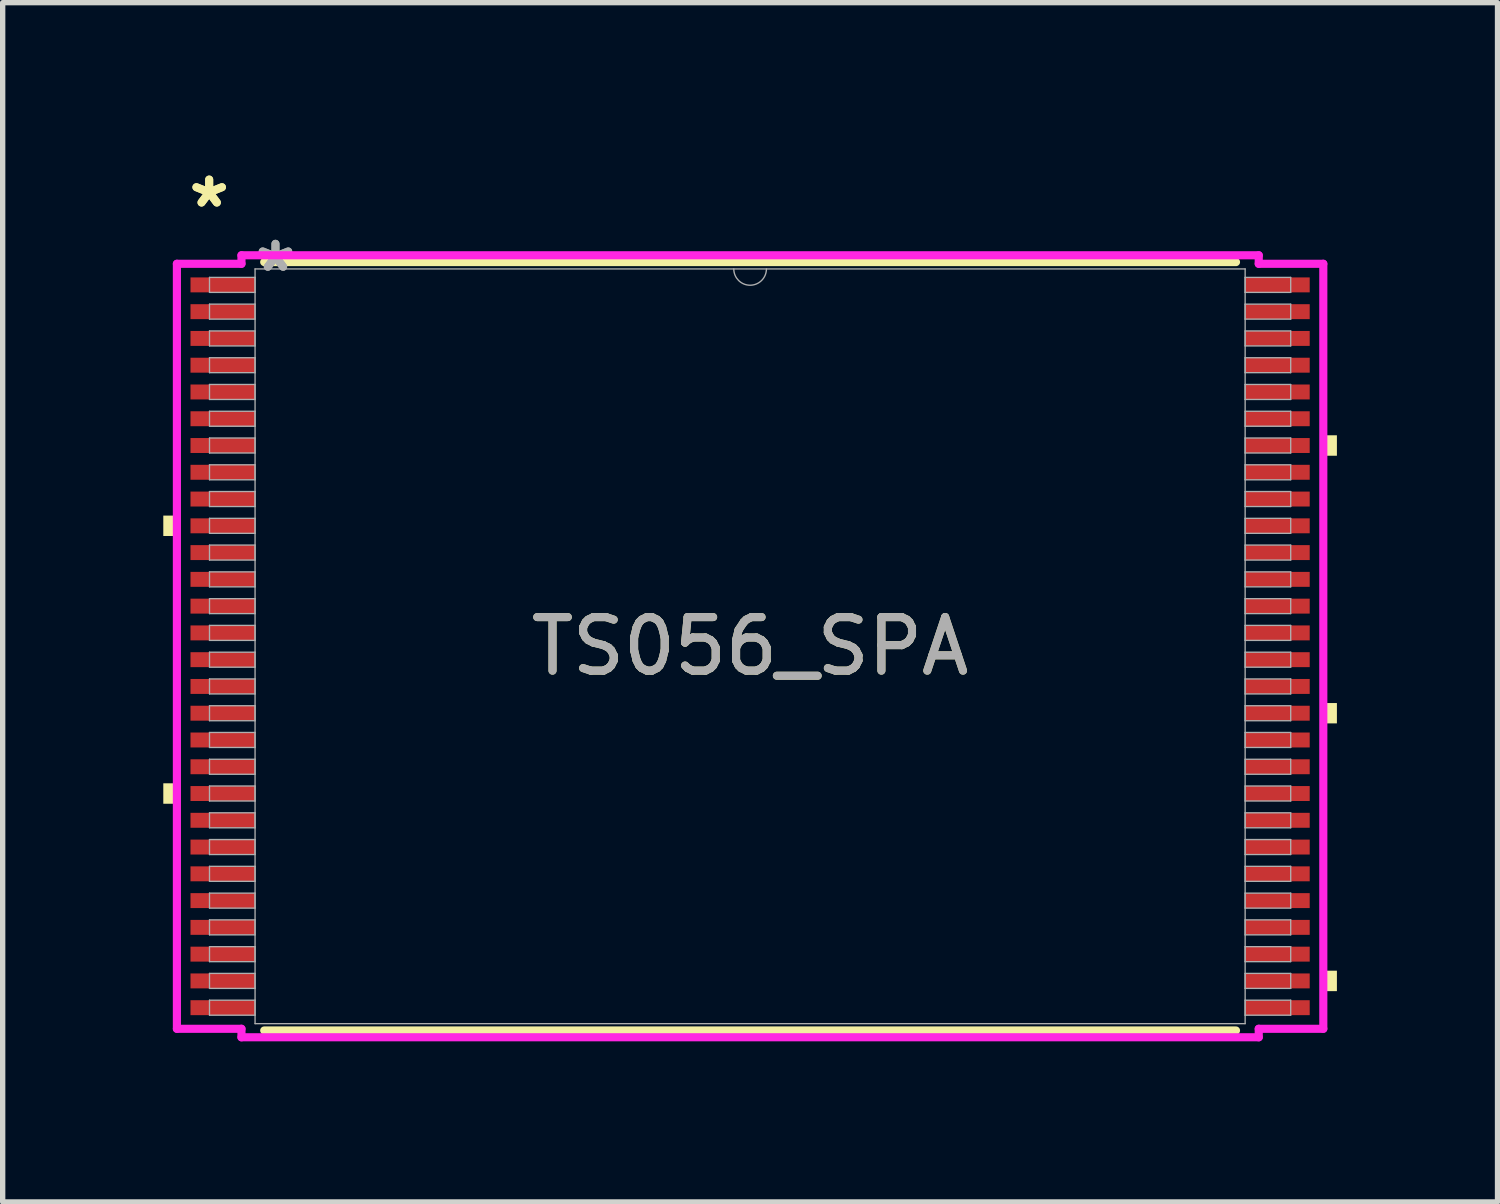
<source format=kicad_pcb>
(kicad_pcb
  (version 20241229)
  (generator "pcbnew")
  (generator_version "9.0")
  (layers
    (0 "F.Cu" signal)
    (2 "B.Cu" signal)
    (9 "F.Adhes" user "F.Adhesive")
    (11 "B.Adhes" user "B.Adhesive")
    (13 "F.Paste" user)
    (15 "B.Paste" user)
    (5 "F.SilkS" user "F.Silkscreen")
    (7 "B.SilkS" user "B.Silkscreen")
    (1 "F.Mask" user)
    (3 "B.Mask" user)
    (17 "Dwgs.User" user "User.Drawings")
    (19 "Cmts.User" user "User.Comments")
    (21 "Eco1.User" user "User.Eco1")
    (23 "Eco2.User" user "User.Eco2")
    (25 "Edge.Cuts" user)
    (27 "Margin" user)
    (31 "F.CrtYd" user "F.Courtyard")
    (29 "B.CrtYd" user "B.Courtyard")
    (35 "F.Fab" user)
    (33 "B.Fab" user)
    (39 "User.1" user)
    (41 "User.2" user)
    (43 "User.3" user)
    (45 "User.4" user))
  (footprint "TS056_SPA"
    (layer "F.Cu")
    (at 10.96 9.021)
    (property "Reference" "TS056_SPA" (at 0 0 0) (unlocked yes) (layer "F.SilkS") (effects (font (size 1 1) (thickness 0.15))))
    (attr smd)
    (fp_line (start -9.075 7.176) (end 9.075 7.176) (stroke (width 0.152) (type solid)) (layer "F.SilkS"))
    (fp_line (start 9.075 -7.176) (end -9.075 -7.176) (stroke (width 0.152) (type solid)) (layer "F.SilkS"))
    (fp_poly (pts (xy -10.96 -2.441) (xy -10.96 -2.06) (xy -10.706 -2.06) (xy -10.706 -2.441)) (stroke (width 0) (type solid)) (fill yes) (layer "F.SilkS"))
    (fp_poly (pts (xy -10.96 2.559) (xy -10.96 2.941) (xy -10.706 2.941) (xy -10.706 2.559)) (stroke (width 0) (type solid)) (fill yes) (layer "F.SilkS"))
    (fp_poly (pts (xy 10.96 -3.941) (xy 10.96 -3.559) (xy 10.706 -3.559) (xy 10.706 -3.941)) (stroke (width 0) (type solid)) (fill yes) (layer "F.SilkS"))
    (fp_poly (pts (xy 10.96 1.06) (xy 10.96 1.44) (xy 10.706 1.44) (xy 10.706 1.06)) (stroke (width 0) (type solid)) (fill yes) (layer "F.SilkS"))
    (fp_poly (pts (xy 10.96 6.059) (xy 10.96 6.441) (xy 10.706 6.441) (xy 10.706 6.059)) (stroke (width 0) (type solid)) (fill yes) (layer "F.SilkS"))
    (fp_line (start -10.706 -7.144) (end -9.5 -7.144) (stroke (width 0.152) (type solid)) (layer "F.CrtYd"))
    (fp_line (start -10.706 7.144) (end -10.706 -7.144) (stroke (width 0.152) (type solid)) (layer "F.CrtYd"))
    (fp_line (start -10.706 7.144) (end -9.5 7.144) (stroke (width 0.152) (type solid)) (layer "F.CrtYd"))
    (fp_line (start -9.5 -7.303) (end 9.5 -7.303) (stroke (width 0.152) (type solid)) (layer "F.CrtYd"))
    (fp_line (start -9.5 -7.144) (end -9.5 -7.303) (stroke (width 0.152) (type solid)) (layer "F.CrtYd"))
    (fp_line (start -9.5 7.303) (end -9.5 7.144) (stroke (width 0.152) (type solid)) (layer "F.CrtYd"))
    (fp_line (start 9.5 -7.303) (end 9.5 -7.144) (stroke (width 0.152) (type solid)) (layer "F.CrtYd"))
    (fp_line (start 9.5 7.144) (end 9.5 7.303) (stroke (width 0.152) (type solid)) (layer "F.CrtYd"))
    (fp_line (start 9.5 7.303) (end -9.5 7.303) (stroke (width 0.152) (type solid)) (layer "F.CrtYd"))
    (fp_line (start 10.706 -7.144) (end 9.5 -7.144) (stroke (width 0.152) (type solid)) (layer "F.CrtYd"))
    (fp_line (start 10.706 -7.144) (end 10.706 7.144) (stroke (width 0.152) (type solid)) (layer "F.CrtYd"))
    (fp_line (start 10.706 7.144) (end 9.5 7.144) (stroke (width 0.152) (type solid)) (layer "F.CrtYd"))
    (fp_line (start -10.097 -6.89) (end -10.097 -6.61) (stroke (width 0.025) (type solid)) (layer "F.Fab"))
    (fp_line (start -10.097 -6.61) (end -9.246 -6.61) (stroke (width 0.025) (type solid)) (layer "F.Fab"))
    (fp_line (start -10.097 -6.39) (end -10.097 -6.11) (stroke (width 0.025) (type solid)) (layer "F.Fab"))
    (fp_line (start -10.097 -6.11) (end -9.246 -6.11) (stroke (width 0.025) (type solid)) (layer "F.Fab"))
    (fp_line (start -10.097 -5.89) (end -10.097 -5.61) (stroke (width 0.025) (type solid)) (layer "F.Fab"))
    (fp_line (start -10.097 -5.61) (end -9.246 -5.61) (stroke (width 0.025) (type solid)) (layer "F.Fab"))
    (fp_line (start -10.097 -5.39) (end -10.097 -5.11) (stroke (width 0.025) (type solid)) (layer "F.Fab"))
    (fp_line (start -10.097 -5.11) (end -9.246 -5.11) (stroke (width 0.025) (type solid)) (layer "F.Fab"))
    (fp_line (start -10.097 -4.89) (end -10.097 -4.61) (stroke (width 0.025) (type solid)) (layer "F.Fab"))
    (fp_line (start -10.097 -4.61) (end -9.246 -4.61) (stroke (width 0.025) (type solid)) (layer "F.Fab"))
    (fp_line (start -10.097 -4.39) (end -10.097 -4.11) (stroke (width 0.025) (type solid)) (layer "F.Fab"))
    (fp_line (start -10.097 -4.11) (end -9.246 -4.11) (stroke (width 0.025) (type solid)) (layer "F.Fab"))
    (fp_line (start -10.097 -3.89) (end -10.097 -3.61) (stroke (width 0.025) (type solid)) (layer "F.Fab"))
    (fp_line (start -10.097 -3.61) (end -9.246 -3.61) (stroke (width 0.025) (type solid)) (layer "F.Fab"))
    (fp_line (start -10.097 -3.39) (end -10.097 -3.11) (stroke (width 0.025) (type solid)) (layer "F.Fab"))
    (fp_line (start -10.097 -3.11) (end -9.246 -3.11) (stroke (width 0.025) (type solid)) (layer "F.Fab"))
    (fp_line (start -10.097 -2.89) (end -10.097 -2.61) (stroke (width 0.025) (type solid)) (layer "F.Fab"))
    (fp_line (start -10.097 -2.61) (end -9.246 -2.61) (stroke (width 0.025) (type solid)) (layer "F.Fab"))
    (fp_line (start -10.097 -2.39) (end -10.097 -2.11) (stroke (width 0.025) (type solid)) (layer "F.Fab"))
    (fp_line (start -10.097 -2.11) (end -9.246 -2.11) (stroke (width 0.025) (type solid)) (layer "F.Fab"))
    (fp_line (start -10.097 -1.89) (end -10.097 -1.61) (stroke (width 0.025) (type solid)) (layer "F.Fab"))
    (fp_line (start -10.097 -1.61) (end -9.246 -1.61) (stroke (width 0.025) (type solid)) (layer "F.Fab"))
    (fp_line (start -10.097 -1.39) (end -10.097 -1.11) (stroke (width 0.025) (type solid)) (layer "F.Fab"))
    (fp_line (start -10.097 -1.11) (end -9.246 -1.11) (stroke (width 0.025) (type solid)) (layer "F.Fab"))
    (fp_line (start -10.097 -0.89) (end -10.097 -0.61) (stroke (width 0.025) (type solid)) (layer "F.Fab"))
    (fp_line (start -10.097 -0.61) (end -9.246 -0.61) (stroke (width 0.025) (type solid)) (layer "F.Fab"))
    (fp_line (start -10.097 -0.39) (end -10.097 -0.11) (stroke (width 0.025) (type solid)) (layer "F.Fab"))
    (fp_line (start -10.097 -0.11) (end -9.246 -0.11) (stroke (width 0.025) (type solid)) (layer "F.Fab"))
    (fp_line (start -10.097 0.11) (end -10.097 0.39) (stroke (width 0.025) (type solid)) (layer "F.Fab"))
    (fp_line (start -10.097 0.39) (end -9.246 0.39) (stroke (width 0.025) (type solid)) (layer "F.Fab"))
    (fp_line (start -10.097 0.61) (end -10.097 0.89) (stroke (width 0.025) (type solid)) (layer "F.Fab"))
    (fp_line (start -10.097 0.89) (end -9.246 0.89) (stroke (width 0.025) (type solid)) (layer "F.Fab"))
    (fp_line (start -10.097 1.11) (end -10.097 1.39) (stroke (width 0.025) (type solid)) (layer "F.Fab"))
    (fp_line (start -10.097 1.39) (end -9.246 1.39) (stroke (width 0.025) (type solid)) (layer "F.Fab"))
    (fp_line (start -10.097 1.61) (end -10.097 1.89) (stroke (width 0.025) (type solid)) (layer "F.Fab"))
    (fp_line (start -10.097 1.89) (end -9.246 1.89) (stroke (width 0.025) (type solid)) (layer "F.Fab"))
    (fp_line (start -10.097 2.11) (end -10.097 2.39) (stroke (width 0.025) (type solid)) (layer "F.Fab"))
    (fp_line (start -10.097 2.39) (end -9.246 2.39) (stroke (width 0.025) (type solid)) (layer "F.Fab"))
    (fp_line (start -10.097 2.61) (end -10.097 2.89) (stroke (width 0.025) (type solid)) (layer "F.Fab"))
    (fp_line (start -10.097 2.89) (end -9.246 2.89) (stroke (width 0.025) (type solid)) (layer "F.Fab"))
    (fp_line (start -10.097 3.11) (end -10.097 3.39) (stroke (width 0.025) (type solid)) (layer "F.Fab"))
    (fp_line (start -10.097 3.39) (end -9.246 3.39) (stroke (width 0.025) (type solid)) (layer "F.Fab"))
    (fp_line (start -10.097 3.61) (end -10.097 3.89) (stroke (width 0.025) (type solid)) (layer "F.Fab"))
    (fp_line (start -10.097 3.89) (end -9.246 3.89) (stroke (width 0.025) (type solid)) (layer "F.Fab"))
    (fp_line (start -10.097 4.11) (end -10.097 4.39) (stroke (width 0.025) (type solid)) (layer "F.Fab"))
    (fp_line (start -10.097 4.39) (end -9.246 4.39) (stroke (width 0.025) (type solid)) (layer "F.Fab"))
    (fp_line (start -10.097 4.61) (end -10.097 4.89) (stroke (width 0.025) (type solid)) (layer "F.Fab"))
    (fp_line (start -10.097 4.89) (end -9.246 4.89) (stroke (width 0.025) (type solid)) (layer "F.Fab"))
    (fp_line (start -10.097 5.11) (end -10.097 5.39) (stroke (width 0.025) (type solid)) (layer "F.Fab"))
    (fp_line (start -10.097 5.39) (end -9.246 5.39) (stroke (width 0.025) (type solid)) (layer "F.Fab"))
    (fp_line (start -10.097 5.61) (end -10.097 5.89) (stroke (width 0.025) (type solid)) (layer "F.Fab"))
    (fp_line (start -10.097 5.89) (end -9.246 5.89) (stroke (width 0.025) (type solid)) (layer "F.Fab"))
    (fp_line (start -10.097 6.11) (end -10.097 6.39) (stroke (width 0.025) (type solid)) (layer "F.Fab"))
    (fp_line (start -10.097 6.39) (end -9.246 6.39) (stroke (width 0.025) (type solid)) (layer "F.Fab"))
    (fp_line (start -10.097 6.61) (end -10.097 6.89) (stroke (width 0.025) (type solid)) (layer "F.Fab"))
    (fp_line (start -10.097 6.89) (end -9.246 6.89) (stroke (width 0.025) (type solid)) (layer "F.Fab"))
    (fp_line (start -9.246 -7.048) (end -9.246 7.048) (stroke (width 0.025) (type solid)) (layer "F.Fab"))
    (fp_line (start -9.246 -6.89) (end -10.097 -6.89) (stroke (width 0.025) (type solid)) (layer "F.Fab"))
    (fp_line (start -9.246 -6.61) (end -9.246 -6.89) (stroke (width 0.025) (type solid)) (layer "F.Fab"))
    (fp_line (start -9.246 -6.39) (end -10.097 -6.39) (stroke (width 0.025) (type solid)) (layer "F.Fab"))
    (fp_line (start -9.246 -6.11) (end -9.246 -6.39) (stroke (width 0.025) (type solid)) (layer "F.Fab"))
    (fp_line (start -9.246 -5.89) (end -10.097 -5.89) (stroke (width 0.025) (type solid)) (layer "F.Fab"))
    (fp_line (start -9.246 -5.61) (end -9.246 -5.89) (stroke (width 0.025) (type solid)) (layer "F.Fab"))
    (fp_line (start -9.246 -5.39) (end -10.097 -5.39) (stroke (width 0.025) (type solid)) (layer "F.Fab"))
    (fp_line (start -9.246 -5.11) (end -9.246 -5.39) (stroke (width 0.025) (type solid)) (layer "F.Fab"))
    (fp_line (start -9.246 -4.89) (end -10.097 -4.89) (stroke (width 0.025) (type solid)) (layer "F.Fab"))
    (fp_line (start -9.246 -4.61) (end -9.246 -4.89) (stroke (width 0.025) (type solid)) (layer "F.Fab"))
    (fp_line (start -9.246 -4.39) (end -10.097 -4.39) (stroke (width 0.025) (type solid)) (layer "F.Fab"))
    (fp_line (start -9.246 -4.11) (end -9.246 -4.39) (stroke (width 0.025) (type solid)) (layer "F.Fab"))
    (fp_line (start -9.246 -3.89) (end -10.097 -3.89) (stroke (width 0.025) (type solid)) (layer "F.Fab"))
    (fp_line (start -9.246 -3.61) (end -9.246 -3.89) (stroke (width 0.025) (type solid)) (layer "F.Fab"))
    (fp_line (start -9.246 -3.39) (end -10.097 -3.39) (stroke (width 0.025) (type solid)) (layer "F.Fab"))
    (fp_line (start -9.246 -3.11) (end -9.246 -3.39) (stroke (width 0.025) (type solid)) (layer "F.Fab"))
    (fp_line (start -9.246 -2.89) (end -10.097 -2.89) (stroke (width 0.025) (type solid)) (layer "F.Fab"))
    (fp_line (start -9.246 -2.61) (end -9.246 -2.89) (stroke (width 0.025) (type solid)) (layer "F.Fab"))
    (fp_line (start -9.246 -2.39) (end -10.097 -2.39) (stroke (width 0.025) (type solid)) (layer "F.Fab"))
    (fp_line (start -9.246 -2.11) (end -9.246 -2.39) (stroke (width 0.025) (type solid)) (layer "F.Fab"))
    (fp_line (start -9.246 -1.89) (end -10.097 -1.89) (stroke (width 0.025) (type solid)) (layer "F.Fab"))
    (fp_line (start -9.246 -1.61) (end -9.246 -1.89) (stroke (width 0.025) (type solid)) (layer "F.Fab"))
    (fp_line (start -9.246 -1.39) (end -10.097 -1.39) (stroke (width 0.025) (type solid)) (layer "F.Fab"))
    (fp_line (start -9.246 -1.11) (end -9.246 -1.39) (stroke (width 0.025) (type solid)) (layer "F.Fab"))
    (fp_line (start -9.246 -0.89) (end -10.097 -0.89) (stroke (width 0.025) (type solid)) (layer "F.Fab"))
    (fp_line (start -9.246 -0.61) (end -9.246 -0.89) (stroke (width 0.025) (type solid)) (layer "F.Fab"))
    (fp_line (start -9.246 -0.39) (end -10.097 -0.39) (stroke (width 0.025) (type solid)) (layer "F.Fab"))
    (fp_line (start -9.246 -0.11) (end -9.246 -0.39) (stroke (width 0.025) (type solid)) (layer "F.Fab"))
    (fp_line (start -9.246 0.11) (end -10.097 0.11) (stroke (width 0.025) (type solid)) (layer "F.Fab"))
    (fp_line (start -9.246 0.39) (end -9.246 0.11) (stroke (width 0.025) (type solid)) (layer "F.Fab"))
    (fp_line (start -9.246 0.61) (end -10.097 0.61) (stroke (width 0.025) (type solid)) (layer "F.Fab"))
    (fp_line (start -9.246 0.89) (end -9.246 0.61) (stroke (width 0.025) (type solid)) (layer "F.Fab"))
    (fp_line (start -9.246 1.11) (end -10.097 1.11) (stroke (width 0.025) (type solid)) (layer "F.Fab"))
    (fp_line (start -9.246 1.39) (end -9.246 1.11) (stroke (width 0.025) (type solid)) (layer "F.Fab"))
    (fp_line (start -9.246 1.61) (end -10.097 1.61) (stroke (width 0.025) (type solid)) (layer "F.Fab"))
    (fp_line (start -9.246 1.89) (end -9.246 1.61) (stroke (width 0.025) (type solid)) (layer "F.Fab"))
    (fp_line (start -9.246 2.11) (end -10.097 2.11) (stroke (width 0.025) (type solid)) (layer "F.Fab"))
    (fp_line (start -9.246 2.39) (end -9.246 2.11) (stroke (width 0.025) (type solid)) (layer "F.Fab"))
    (fp_line (start -9.246 2.61) (end -10.097 2.61) (stroke (width 0.025) (type solid)) (layer "F.Fab"))
    (fp_line (start -9.246 2.89) (end -9.246 2.61) (stroke (width 0.025) (type solid)) (layer "F.Fab"))
    (fp_line (start -9.246 3.11) (end -10.097 3.11) (stroke (width 0.025) (type solid)) (layer "F.Fab"))
    (fp_line (start -9.246 3.39) (end -9.246 3.11) (stroke (width 0.025) (type solid)) (layer "F.Fab"))
    (fp_line (start -9.246 3.61) (end -10.097 3.61) (stroke (width 0.025) (type solid)) (layer "F.Fab"))
    (fp_line (start -9.246 3.89) (end -9.246 3.61) (stroke (width 0.025) (type solid)) (layer "F.Fab"))
    (fp_line (start -9.246 4.11) (end -10.097 4.11) (stroke (width 0.025) (type solid)) (layer "F.Fab"))
    (fp_line (start -9.246 4.39) (end -9.246 4.11) (stroke (width 0.025) (type solid)) (layer "F.Fab"))
    (fp_line (start -9.246 4.61) (end -10.097 4.61) (stroke (width 0.025) (type solid)) (layer "F.Fab"))
    (fp_line (start -9.246 4.89) (end -9.246 4.61) (stroke (width 0.025) (type solid)) (layer "F.Fab"))
    (fp_line (start -9.246 5.11) (end -10.097 5.11) (stroke (width 0.025) (type solid)) (layer "F.Fab"))
    (fp_line (start -9.246 5.39) (end -9.246 5.11) (stroke (width 0.025) (type solid)) (layer "F.Fab"))
    (fp_line (start -9.246 5.61) (end -10.097 5.61) (stroke (width 0.025) (type solid)) (layer "F.Fab"))
    (fp_line (start -9.246 5.89) (end -9.246 5.61) (stroke (width 0.025) (type solid)) (layer "F.Fab"))
    (fp_line (start -9.246 6.11) (end -10.097 6.11) (stroke (width 0.025) (type solid)) (layer "F.Fab"))
    (fp_line (start -9.246 6.39) (end -9.246 6.11) (stroke (width 0.025) (type solid)) (layer "F.Fab"))
    (fp_line (start -9.246 6.61) (end -10.097 6.61) (stroke (width 0.025) (type solid)) (layer "F.Fab"))
    (fp_line (start -9.246 6.89) (end -9.246 6.61) (stroke (width 0.025) (type solid)) (layer "F.Fab"))
    (fp_line (start -9.246 7.048) (end 9.246 7.048) (stroke (width 0.025) (type solid)) (layer "F.Fab"))
    (fp_line (start 9.246 -7.048) (end -9.246 -7.048) (stroke (width 0.025) (type solid)) (layer "F.Fab"))
    (fp_line (start 9.246 -6.89) (end 9.246 -6.61) (stroke (width 0.025) (type solid)) (layer "F.Fab"))
    (fp_line (start 9.246 -6.61) (end 10.097 -6.61) (stroke (width 0.025) (type solid)) (layer "F.Fab"))
    (fp_line (start 9.246 -6.39) (end 9.246 -6.11) (stroke (width 0.025) (type solid)) (layer "F.Fab"))
    (fp_line (start 9.246 -6.11) (end 10.097 -6.11) (stroke (width 0.025) (type solid)) (layer "F.Fab"))
    (fp_line (start 9.246 -5.89) (end 9.246 -5.61) (stroke (width 0.025) (type solid)) (layer "F.Fab"))
    (fp_line (start 9.246 -5.61) (end 10.097 -5.61) (stroke (width 0.025) (type solid)) (layer "F.Fab"))
    (fp_line (start 9.246 -5.39) (end 9.246 -5.11) (stroke (width 0.025) (type solid)) (layer "F.Fab"))
    (fp_line (start 9.246 -5.11) (end 10.097 -5.11) (stroke (width 0.025) (type solid)) (layer "F.Fab"))
    (fp_line (start 9.246 -4.89) (end 9.246 -4.61) (stroke (width 0.025) (type solid)) (layer "F.Fab"))
    (fp_line (start 9.246 -4.61) (end 10.097 -4.61) (stroke (width 0.025) (type solid)) (layer "F.Fab"))
    (fp_line (start 9.246 -4.39) (end 9.246 -4.11) (stroke (width 0.025) (type solid)) (layer "F.Fab"))
    (fp_line (start 9.246 -4.11) (end 10.097 -4.11) (stroke (width 0.025) (type solid)) (layer "F.Fab"))
    (fp_line (start 9.246 -3.89) (end 9.246 -3.61) (stroke (width 0.025) (type solid)) (layer "F.Fab"))
    (fp_line (start 9.246 -3.61) (end 10.097 -3.61) (stroke (width 0.025) (type solid)) (layer "F.Fab"))
    (fp_line (start 9.246 -3.39) (end 9.246 -3.11) (stroke (width 0.025) (type solid)) (layer "F.Fab"))
    (fp_line (start 9.246 -3.11) (end 10.097 -3.11) (stroke (width 0.025) (type solid)) (layer "F.Fab"))
    (fp_line (start 9.246 -2.89) (end 9.246 -2.61) (stroke (width 0.025) (type solid)) (layer "F.Fab"))
    (fp_line (start 9.246 -2.61) (end 10.097 -2.61) (stroke (width 0.025) (type solid)) (layer "F.Fab"))
    (fp_line (start 9.246 -2.39) (end 9.246 -2.11) (stroke (width 0.025) (type solid)) (layer "F.Fab"))
    (fp_line (start 9.246 -2.11) (end 10.097 -2.11) (stroke (width 0.025) (type solid)) (layer "F.Fab"))
    (fp_line (start 9.246 -1.89) (end 9.246 -1.61) (stroke (width 0.025) (type solid)) (layer "F.Fab"))
    (fp_line (start 9.246 -1.61) (end 10.097 -1.61) (stroke (width 0.025) (type solid)) (layer "F.Fab"))
    (fp_line (start 9.246 -1.39) (end 9.246 -1.11) (stroke (width 0.025) (type solid)) (layer "F.Fab"))
    (fp_line (start 9.246 -1.11) (end 10.097 -1.11) (stroke (width 0.025) (type solid)) (layer "F.Fab"))
    (fp_line (start 9.246 -0.89) (end 9.246 -0.61) (stroke (width 0.025) (type solid)) (layer "F.Fab"))
    (fp_line (start 9.246 -0.61) (end 10.097 -0.61) (stroke (width 0.025) (type solid)) (layer "F.Fab"))
    (fp_line (start 9.246 -0.39) (end 9.246 -0.11) (stroke (width 0.025) (type solid)) (layer "F.Fab"))
    (fp_line (start 9.246 -0.11) (end 10.097 -0.11) (stroke (width 0.025) (type solid)) (layer "F.Fab"))
    (fp_line (start 9.246 0.11) (end 9.246 0.39) (stroke (width 0.025) (type solid)) (layer "F.Fab"))
    (fp_line (start 9.246 0.39) (end 10.097 0.39) (stroke (width 0.025) (type solid)) (layer "F.Fab"))
    (fp_line (start 9.246 0.61) (end 9.246 0.89) (stroke (width 0.025) (type solid)) (layer "F.Fab"))
    (fp_line (start 9.246 0.89) (end 10.097 0.89) (stroke (width 0.025) (type solid)) (layer "F.Fab"))
    (fp_line (start 9.246 1.11) (end 9.246 1.39) (stroke (width 0.025) (type solid)) (layer "F.Fab"))
    (fp_line (start 9.246 1.39) (end 10.097 1.39) (stroke (width 0.025) (type solid)) (layer "F.Fab"))
    (fp_line (start 9.246 1.61) (end 9.246 1.89) (stroke (width 0.025) (type solid)) (layer "F.Fab"))
    (fp_line (start 9.246 1.89) (end 10.097 1.89) (stroke (width 0.025) (type solid)) (layer "F.Fab"))
    (fp_line (start 9.246 2.11) (end 9.246 2.39) (stroke (width 0.025) (type solid)) (layer "F.Fab"))
    (fp_line (start 9.246 2.39) (end 10.097 2.39) (stroke (width 0.025) (type solid)) (layer "F.Fab"))
    (fp_line (start 9.246 2.61) (end 9.246 2.89) (stroke (width 0.025) (type solid)) (layer "F.Fab"))
    (fp_line (start 9.246 2.89) (end 10.097 2.89) (stroke (width 0.025) (type solid)) (layer "F.Fab"))
    (fp_line (start 9.246 3.11) (end 9.246 3.39) (stroke (width 0.025) (type solid)) (layer "F.Fab"))
    (fp_line (start 9.246 3.39) (end 10.097 3.39) (stroke (width 0.025) (type solid)) (layer "F.Fab"))
    (fp_line (start 9.246 3.61) (end 9.246 3.89) (stroke (width 0.025) (type solid)) (layer "F.Fab"))
    (fp_line (start 9.246 3.89) (end 10.097 3.89) (stroke (width 0.025) (type solid)) (layer "F.Fab"))
    (fp_line (start 9.246 4.11) (end 9.246 4.39) (stroke (width 0.025) (type solid)) (layer "F.Fab"))
    (fp_line (start 9.246 4.39) (end 10.097 4.39) (stroke (width 0.025) (type solid)) (layer "F.Fab"))
    (fp_line (start 9.246 4.61) (end 9.246 4.89) (stroke (width 0.025) (type solid)) (layer "F.Fab"))
    (fp_line (start 9.246 4.89) (end 10.097 4.89) (stroke (width 0.025) (type solid)) (layer "F.Fab"))
    (fp_line (start 9.246 5.11) (end 9.246 5.39) (stroke (width 0.025) (type solid)) (layer "F.Fab"))
    (fp_line (start 9.246 5.39) (end 10.097 5.39) (stroke (width 0.025) (type solid)) (layer "F.Fab"))
    (fp_line (start 9.246 5.61) (end 9.246 5.89) (stroke (width 0.025) (type solid)) (layer "F.Fab"))
    (fp_line (start 9.246 5.89) (end 10.097 5.89) (stroke (width 0.025) (type solid)) (layer "F.Fab"))
    (fp_line (start 9.246 6.11) (end 9.246 6.39) (stroke (width 0.025) (type solid)) (layer "F.Fab"))
    (fp_line (start 9.246 6.39) (end 10.097 6.39) (stroke (width 0.025) (type solid)) (layer "F.Fab"))
    (fp_line (start 9.246 6.61) (end 9.246 6.89) (stroke (width 0.025) (type solid)) (layer "F.Fab"))
    (fp_line (start 9.246 6.89) (end 10.097 6.89) (stroke (width 0.025) (type solid)) (layer "F.Fab"))
    (fp_line (start 9.246 7.048) (end 9.246 -7.048) (stroke (width 0.025) (type solid)) (layer "F.Fab"))
    (fp_line (start 10.097 -6.89) (end 9.246 -6.89) (stroke (width 0.025) (type solid)) (layer "F.Fab"))
    (fp_line (start 10.097 -6.61) (end 10.097 -6.89) (stroke (width 0.025) (type solid)) (layer "F.Fab"))
    (fp_line (start 10.097 -6.39) (end 9.246 -6.39) (stroke (width 0.025) (type solid)) (layer "F.Fab"))
    (fp_line (start 10.097 -6.11) (end 10.097 -6.39) (stroke (width 0.025) (type solid)) (layer "F.Fab"))
    (fp_line (start 10.097 -5.89) (end 9.246 -5.89) (stroke (width 0.025) (type solid)) (layer "F.Fab"))
    (fp_line (start 10.097 -5.61) (end 10.097 -5.89) (stroke (width 0.025) (type solid)) (layer "F.Fab"))
    (fp_line (start 10.097 -5.39) (end 9.246 -5.39) (stroke (width 0.025) (type solid)) (layer "F.Fab"))
    (fp_line (start 10.097 -5.11) (end 10.097 -5.39) (stroke (width 0.025) (type solid)) (layer "F.Fab"))
    (fp_line (start 10.097 -4.89) (end 9.246 -4.89) (stroke (width 0.025) (type solid)) (layer "F.Fab"))
    (fp_line (start 10.097 -4.61) (end 10.097 -4.89) (stroke (width 0.025) (type solid)) (layer "F.Fab"))
    (fp_line (start 10.097 -4.39) (end 9.246 -4.39) (stroke (width 0.025) (type solid)) (layer "F.Fab"))
    (fp_line (start 10.097 -4.11) (end 10.097 -4.39) (stroke (width 0.025) (type solid)) (layer "F.Fab"))
    (fp_line (start 10.097 -3.89) (end 9.246 -3.89) (stroke (width 0.025) (type solid)) (layer "F.Fab"))
    (fp_line (start 10.097 -3.61) (end 10.097 -3.89) (stroke (width 0.025) (type solid)) (layer "F.Fab"))
    (fp_line (start 10.097 -3.39) (end 9.246 -3.39) (stroke (width 0.025) (type solid)) (layer "F.Fab"))
    (fp_line (start 10.097 -3.11) (end 10.097 -3.39) (stroke (width 0.025) (type solid)) (layer "F.Fab"))
    (fp_line (start 10.097 -2.89) (end 9.246 -2.89) (stroke (width 0.025) (type solid)) (layer "F.Fab"))
    (fp_line (start 10.097 -2.61) (end 10.097 -2.89) (stroke (width 0.025) (type solid)) (layer "F.Fab"))
    (fp_line (start 10.097 -2.39) (end 9.246 -2.39) (stroke (width 0.025) (type solid)) (layer "F.Fab"))
    (fp_line (start 10.097 -2.11) (end 10.097 -2.39) (stroke (width 0.025) (type solid)) (layer "F.Fab"))
    (fp_line (start 10.097 -1.89) (end 9.246 -1.89) (stroke (width 0.025) (type solid)) (layer "F.Fab"))
    (fp_line (start 10.097 -1.61) (end 10.097 -1.89) (stroke (width 0.025) (type solid)) (layer "F.Fab"))
    (fp_line (start 10.097 -1.39) (end 9.246 -1.39) (stroke (width 0.025) (type solid)) (layer "F.Fab"))
    (fp_line (start 10.097 -1.11) (end 10.097 -1.39) (stroke (width 0.025) (type solid)) (layer "F.Fab"))
    (fp_line (start 10.097 -0.89) (end 9.246 -0.89) (stroke (width 0.025) (type solid)) (layer "F.Fab"))
    (fp_line (start 10.097 -0.61) (end 10.097 -0.89) (stroke (width 0.025) (type solid)) (layer "F.Fab"))
    (fp_line (start 10.097 -0.39) (end 9.246 -0.39) (stroke (width 0.025) (type solid)) (layer "F.Fab"))
    (fp_line (start 10.097 -0.11) (end 10.097 -0.39) (stroke (width 0.025) (type solid)) (layer "F.Fab"))
    (fp_line (start 10.097 0.11) (end 9.246 0.11) (stroke (width 0.025) (type solid)) (layer "F.Fab"))
    (fp_line (start 10.097 0.39) (end 10.097 0.11) (stroke (width 0.025) (type solid)) (layer "F.Fab"))
    (fp_line (start 10.097 0.61) (end 9.246 0.61) (stroke (width 0.025) (type solid)) (layer "F.Fab"))
    (fp_line (start 10.097 0.89) (end 10.097 0.61) (stroke (width 0.025) (type solid)) (layer "F.Fab"))
    (fp_line (start 10.097 1.11) (end 9.246 1.11) (stroke (width 0.025) (type solid)) (layer "F.Fab"))
    (fp_line (start 10.097 1.39) (end 10.097 1.11) (stroke (width 0.025) (type solid)) (layer "F.Fab"))
    (fp_line (start 10.097 1.61) (end 9.246 1.61) (stroke (width 0.025) (type solid)) (layer "F.Fab"))
    (fp_line (start 10.097 1.89) (end 10.097 1.61) (stroke (width 0.025) (type solid)) (layer "F.Fab"))
    (fp_line (start 10.097 2.11) (end 9.246 2.11) (stroke (width 0.025) (type solid)) (layer "F.Fab"))
    (fp_line (start 10.097 2.39) (end 10.097 2.11) (stroke (width 0.025) (type solid)) (layer "F.Fab"))
    (fp_line (start 10.097 2.61) (end 9.246 2.61) (stroke (width 0.025) (type solid)) (layer "F.Fab"))
    (fp_line (start 10.097 2.89) (end 10.097 2.61) (stroke (width 0.025) (type solid)) (layer "F.Fab"))
    (fp_line (start 10.097 3.11) (end 9.246 3.11) (stroke (width 0.025) (type solid)) (layer "F.Fab"))
    (fp_line (start 10.097 3.39) (end 10.097 3.11) (stroke (width 0.025) (type solid)) (layer "F.Fab"))
    (fp_line (start 10.097 3.61) (end 9.246 3.61) (stroke (width 0.025) (type solid)) (layer "F.Fab"))
    (fp_line (start 10.097 3.89) (end 10.097 3.61) (stroke (width 0.025) (type solid)) (layer "F.Fab"))
    (fp_line (start 10.097 4.11) (end 9.246 4.11) (stroke (width 0.025) (type solid)) (layer "F.Fab"))
    (fp_line (start 10.097 4.39) (end 10.097 4.11) (stroke (width 0.025) (type solid)) (layer "F.Fab"))
    (fp_line (start 10.097 4.61) (end 9.246 4.61) (stroke (width 0.025) (type solid)) (layer "F.Fab"))
    (fp_line (start 10.097 4.89) (end 10.097 4.61) (stroke (width 0.025) (type solid)) (layer "F.Fab"))
    (fp_line (start 10.097 5.11) (end 9.246 5.11) (stroke (width 0.025) (type solid)) (layer "F.Fab"))
    (fp_line (start 10.097 5.39) (end 10.097 5.11) (stroke (width 0.025) (type solid)) (layer "F.Fab"))
    (fp_line (start 10.097 5.61) (end 9.246 5.61) (stroke (width 0.025) (type solid)) (layer "F.Fab"))
    (fp_line (start 10.097 5.89) (end 10.097 5.61) (stroke (width 0.025) (type solid)) (layer "F.Fab"))
    (fp_line (start 10.097 6.11) (end 9.246 6.11) (stroke (width 0.025) (type solid)) (layer "F.Fab"))
    (fp_line (start 10.097 6.39) (end 10.097 6.11) (stroke (width 0.025) (type solid)) (layer "F.Fab"))
    (fp_line (start 10.097 6.61) (end 9.246 6.61) (stroke (width 0.025) (type solid)) (layer "F.Fab"))
    (fp_line (start 10.097 6.89) (end 10.097 6.61) (stroke (width 0.025) (type solid)) (layer "F.Fab"))
    (fp_arc (start 0.3048 -7.0485) (mid 0 -6.7437) (end -0.3048 -7.0485) (stroke (width 0.0254) (type solid)) (layer "F.Fab"))
    (fp_text user "*" (at -10.103 -8.172 0) (unlocked yes) (layer "F.SilkS") (effects (font (size 1 1) (thickness 0.15))))
    (fp_text user "*" (at -10.103 -8.172 0) (layer "F.SilkS") (effects (font (size 1 1) (thickness 0.15))))
    (fp_text user "${REFERENCE}" (at 0 0 0) (unlocked yes) (layer "F.Fab") (effects (font (size 1 1) (thickness 0.15))))
    (fp_text user "*" (at -8.865 -6.972 0) (layer "F.Fab") (effects (font (size 1 1) (thickness 0.15))))
    (fp_text user "*" (at -8.865 -6.972 0) (unlocked yes) (layer "F.Fab") (effects (font (size 1 1) (thickness 0.15))))
    (pad "1" smd rect (at -9.849 -6.75) (size 1.206 0.279) (layers "F.Cu" "F.Mask" "F.Paste"))
    (pad "2" smd rect (at -9.849 -6.25) (size 1.206 0.279) (layers "F.Cu" "F.Mask" "F.Paste"))
    (pad "3" smd rect (at -9.849 -5.75) (size 1.206 0.279) (layers "F.Cu" "F.Mask" "F.Paste"))
    (pad "4" smd rect (at -9.849 -5.25) (size 1.206 0.279) (layers "F.Cu" "F.Mask" "F.Paste"))
    (pad "5" smd rect (at -9.849 -4.75) (size 1.206 0.279) (layers "F.Cu" "F.Mask" "F.Paste"))
    (pad "6" smd rect (at -9.849 -4.25) (size 1.206 0.279) (layers "F.Cu" "F.Mask" "F.Paste"))
    (pad "7" smd rect (at -9.849 -3.75) (size 1.206 0.279) (layers "F.Cu" "F.Mask" "F.Paste"))
    (pad "8" smd rect (at -9.849 -3.25) (size 1.206 0.279) (layers "F.Cu" "F.Mask" "F.Paste"))
    (pad "9" smd rect (at -9.849 -2.75) (size 1.206 0.279) (layers "F.Cu" "F.Mask" "F.Paste"))
    (pad "10" smd rect (at -9.849 -2.25) (size 1.206 0.279) (layers "F.Cu" "F.Mask" "F.Paste"))
    (pad "11" smd rect (at -9.849 -1.75) (size 1.206 0.279) (layers "F.Cu" "F.Mask" "F.Paste"))
    (pad "12" smd rect (at -9.849 -1.25) (size 1.206 0.279) (layers "F.Cu" "F.Mask" "F.Paste"))
    (pad "13" smd rect (at -9.849 -0.75) (size 1.206 0.279) (layers "F.Cu" "F.Mask" "F.Paste"))
    (pad "14" smd rect (at -9.849 -0.25) (size 1.206 0.279) (layers "F.Cu" "F.Mask" "F.Paste"))
    (pad "15" smd rect (at -9.849 0.25) (size 1.206 0.279) (layers "F.Cu" "F.Mask" "F.Paste"))
    (pad "16" smd rect (at -9.849 0.75) (size 1.206 0.279) (layers "F.Cu" "F.Mask" "F.Paste"))
    (pad "17" smd rect (at -9.849 1.25) (size 1.206 0.279) (layers "F.Cu" "F.Mask" "F.Paste"))
    (pad "18" smd rect (at -9.849 1.75) (size 1.206 0.279) (layers "F.Cu" "F.Mask" "F.Paste"))
    (pad "19" smd rect (at -9.849 2.25) (size 1.206 0.279) (layers "F.Cu" "F.Mask" "F.Paste"))
    (pad "20" smd rect (at -9.849 2.75) (size 1.206 0.279) (layers "F.Cu" "F.Mask" "F.Paste"))
    (pad "21" smd rect (at -9.849 3.25) (size 1.206 0.279) (layers "F.Cu" "F.Mask" "F.Paste"))
    (pad "22" smd rect (at -9.849 3.75) (size 1.206 0.279) (layers "F.Cu" "F.Mask" "F.Paste"))
    (pad "23" smd rect (at -9.849 4.25) (size 1.206 0.279) (layers "F.Cu" "F.Mask" "F.Paste"))
    (pad "24" smd rect (at -9.849 4.75) (size 1.206 0.279) (layers "F.Cu" "F.Mask" "F.Paste"))
    (pad "25" smd rect (at -9.849 5.25) (size 1.206 0.279) (layers "F.Cu" "F.Mask" "F.Paste"))
    (pad "26" smd rect (at -9.849 5.75) (size 1.206 0.279) (layers "F.Cu" "F.Mask" "F.Paste"))
    (pad "27" smd rect (at -9.849 6.25) (size 1.206 0.279) (layers "F.Cu" "F.Mask" "F.Paste"))
    (pad "28" smd rect (at -9.849 6.75) (size 1.206 0.279) (layers "F.Cu" "F.Mask" "F.Paste"))
    (pad "29" smd rect (at 9.849 6.75) (size 1.206 0.279) (layers "F.Cu" "F.Mask" "F.Paste"))
    (pad "30" smd rect (at 9.849 6.25) (size 1.206 0.279) (layers "F.Cu" "F.Mask" "F.Paste"))
    (pad "31" smd rect (at 9.849 5.75) (size 1.206 0.279) (layers "F.Cu" "F.Mask" "F.Paste"))
    (pad "32" smd rect (at 9.849 5.25) (size 1.206 0.279) (layers "F.Cu" "F.Mask" "F.Paste"))
    (pad "33" smd rect (at 9.849 4.75) (size 1.206 0.279) (layers "F.Cu" "F.Mask" "F.Paste"))
    (pad "34" smd rect (at 9.849 4.25) (size 1.206 0.279) (layers "F.Cu" "F.Mask" "F.Paste"))
    (pad "35" smd rect (at 9.849 3.75) (size 1.206 0.279) (layers "F.Cu" "F.Mask" "F.Paste"))
    (pad "36" smd rect (at 9.849 3.25) (size 1.206 0.279) (layers "F.Cu" "F.Mask" "F.Paste"))
    (pad "37" smd rect (at 9.849 2.75) (size 1.206 0.279) (layers "F.Cu" "F.Mask" "F.Paste"))
    (pad "38" smd rect (at 9.849 2.25) (size 1.206 0.279) (layers "F.Cu" "F.Mask" "F.Paste"))
    (pad "39" smd rect (at 9.849 1.75) (size 1.206 0.279) (layers "F.Cu" "F.Mask" "F.Paste"))
    (pad "40" smd rect (at 9.849 1.25) (size 1.206 0.279) (layers "F.Cu" "F.Mask" "F.Paste"))
    (pad "41" smd rect (at 9.849 0.75) (size 1.206 0.279) (layers "F.Cu" "F.Mask" "F.Paste"))
    (pad "42" smd rect (at 9.849 0.25) (size 1.206 0.279) (layers "F.Cu" "F.Mask" "F.Paste"))
    (pad "43" smd rect (at 9.849 -0.25) (size 1.206 0.279) (layers "F.Cu" "F.Mask" "F.Paste"))
    (pad "44" smd rect (at 9.849 -0.75) (size 1.206 0.279) (layers "F.Cu" "F.Mask" "F.Paste"))
    (pad "45" smd rect (at 9.849 -1.25) (size 1.206 0.279) (layers "F.Cu" "F.Mask" "F.Paste"))
    (pad "46" smd rect (at 9.849 -1.75) (size 1.206 0.279) (layers "F.Cu" "F.Mask" "F.Paste"))
    (pad "47" smd rect (at 9.849 -2.25) (size 1.206 0.279) (layers "F.Cu" "F.Mask" "F.Paste"))
    (pad "48" smd rect (at 9.849 -2.75) (size 1.206 0.279) (layers "F.Cu" "F.Mask" "F.Paste"))
    (pad "49" smd rect (at 9.849 -3.25) (size 1.206 0.279) (layers "F.Cu" "F.Mask" "F.Paste"))
    (pad "50" smd rect (at 9.849 -3.75) (size 1.206 0.279) (layers "F.Cu" "F.Mask" "F.Paste"))
    (pad "51" smd rect (at 9.849 -4.25) (size 1.206 0.279) (layers "F.Cu" "F.Mask" "F.Paste"))
    (pad "52" smd rect (at 9.849 -4.75) (size 1.206 0.279) (layers "F.Cu" "F.Mask" "F.Paste"))
    (pad "53" smd rect (at 9.849 -5.25) (size 1.206 0.279) (layers "F.Cu" "F.Mask" "F.Paste"))
    (pad "54" smd rect (at 9.849 -5.75) (size 1.206 0.279) (layers "F.Cu" "F.Mask" "F.Paste"))
    (pad "55" smd rect (at 9.849 -6.25) (size 1.206 0.279) (layers "F.Cu" "F.Mask" "F.Paste"))
    (pad "56" smd rect (at 9.849 -6.75) (size 1.206 0.279) (layers "F.Cu" "F.Mask" "F.Paste")))
  (gr_rect
    (start -3 -3)
    (end 24.92 19.399)
    (stroke (width 0.1) (type default))
    (fill no)
    (layer "Edge.Cuts")))
</source>
